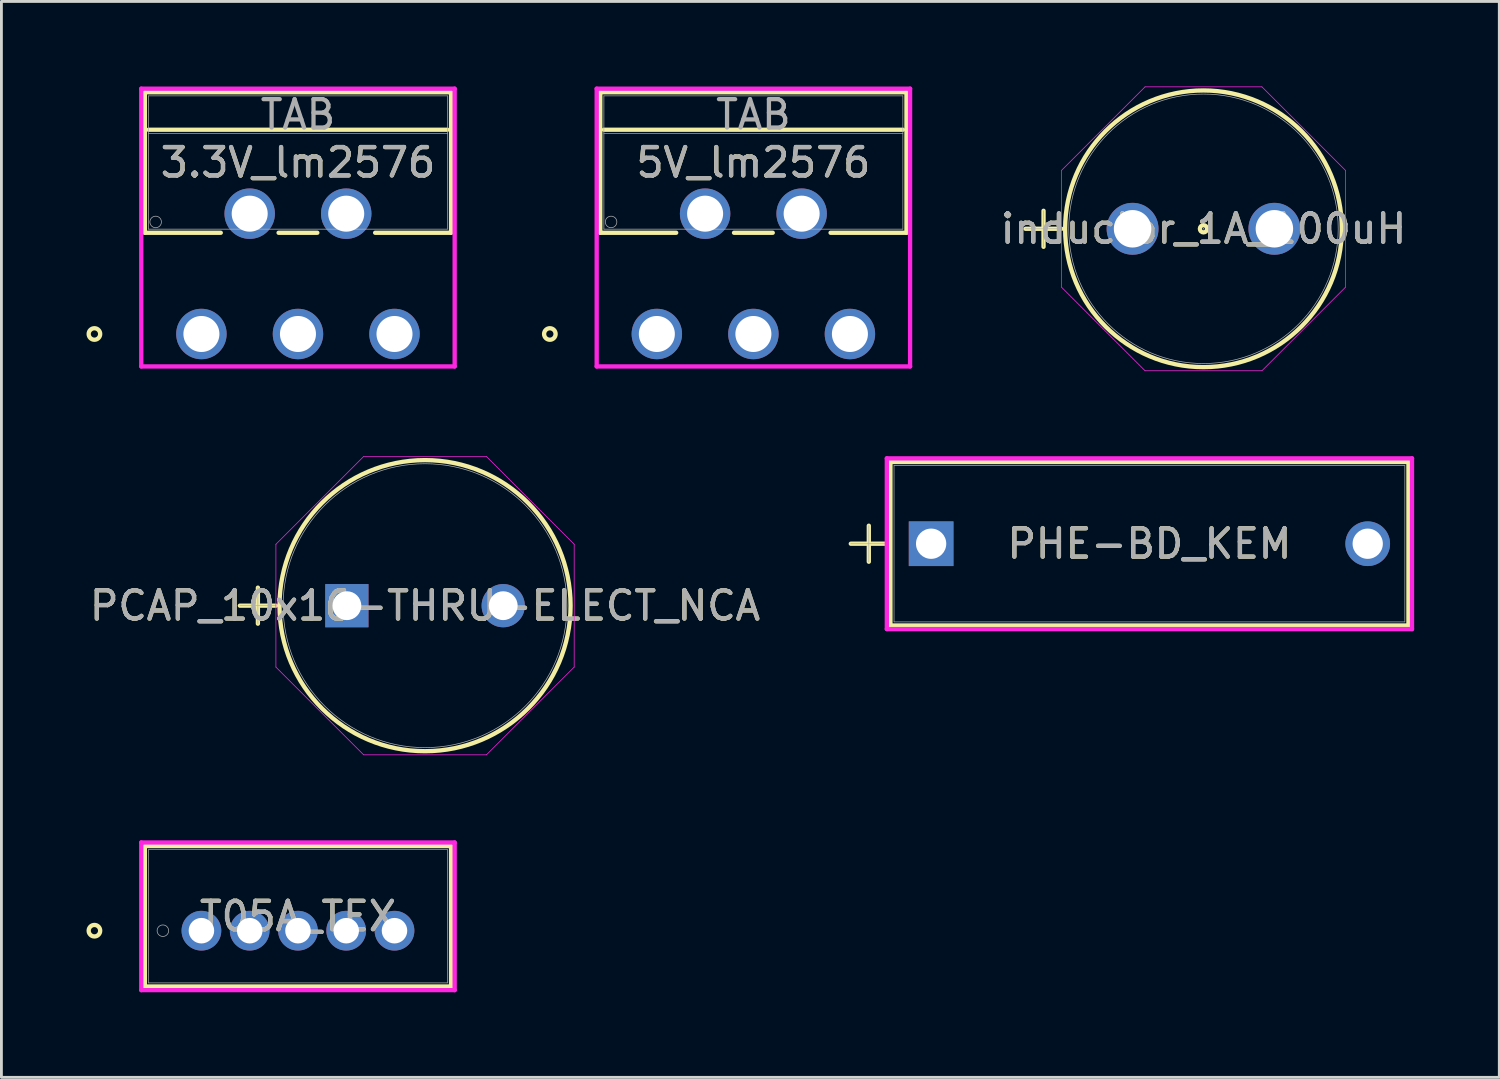
<source format=kicad_pcb>
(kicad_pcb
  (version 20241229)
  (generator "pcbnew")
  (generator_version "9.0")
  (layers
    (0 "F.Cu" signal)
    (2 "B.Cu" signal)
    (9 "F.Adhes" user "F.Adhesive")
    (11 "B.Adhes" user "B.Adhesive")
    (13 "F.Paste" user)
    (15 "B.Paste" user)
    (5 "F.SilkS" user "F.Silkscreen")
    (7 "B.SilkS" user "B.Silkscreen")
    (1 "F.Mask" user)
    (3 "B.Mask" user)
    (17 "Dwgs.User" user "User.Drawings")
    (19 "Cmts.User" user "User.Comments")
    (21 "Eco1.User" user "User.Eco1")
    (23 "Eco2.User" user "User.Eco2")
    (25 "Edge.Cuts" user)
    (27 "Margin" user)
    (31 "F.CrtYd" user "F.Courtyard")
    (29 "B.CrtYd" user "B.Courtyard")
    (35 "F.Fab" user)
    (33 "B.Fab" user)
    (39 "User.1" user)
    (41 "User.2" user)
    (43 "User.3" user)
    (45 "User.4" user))
  (footprint "T05A_TEX"
    (layer "F.Cu")
    (at 4.051 29.762)
    (property "Reference" "T05A_TEX" (at 3.404 -0.508 0) (unlocked yes) (layer "F.SilkS") (effects (font (size 1 1) (thickness 0.15))))
    (attr through_hole)
    (fp_line (start -1.994 -2.985) (end -1.994 1.968) (stroke (width 0.152) (type solid)) (layer "F.SilkS"))
    (fp_line (start -1.994 1.968) (end 8.801 1.968) (stroke (width 0.152) (type solid)) (layer "F.SilkS"))
    (fp_line (start 8.801 -2.985) (end -1.994 -2.985) (stroke (width 0.152) (type solid)) (layer "F.SilkS"))
    (fp_line (start 8.801 1.968) (end 8.801 -2.985) (stroke (width 0.152) (type solid)) (layer "F.SilkS"))
    (fp_circle (center -3.772 0) (end -3.569 0) (stroke (width 0.152) (type solid)) (fill no) (layer "F.SilkS"))
    (fp_line (start -2.121 -3.111) (end 8.928 -3.111) (stroke (width 0.152) (type solid)) (layer "F.CrtYd"))
    (fp_line (start -2.121 2.095) (end -2.121 -3.111) (stroke (width 0.152) (type solid)) (layer "F.CrtYd"))
    (fp_line (start 8.928 -3.111) (end 8.928 2.095) (stroke (width 0.152) (type solid)) (layer "F.CrtYd"))
    (fp_line (start 8.928 2.095) (end -2.121 2.095) (stroke (width 0.152) (type solid)) (layer "F.CrtYd"))
    (fp_line (start -1.867 -2.857) (end -1.867 1.841) (stroke (width 0.025) (type solid)) (layer "F.Fab"))
    (fp_line (start -1.867 1.841) (end 8.674 1.841) (stroke (width 0.025) (type solid)) (layer "F.Fab"))
    (fp_line (start -0.254 0) (end 0.254 0) (stroke (width 0.152) (type solid)) (layer "F.Fab"))
    (fp_line (start 0 0.254) (end 0 -0.254) (stroke (width 0.152) (type solid)) (layer "F.Fab"))
    (fp_line (start 8.674 -2.857) (end -1.867 -2.857) (stroke (width 0.025) (type solid)) (layer "F.Fab"))
    (fp_line (start 8.674 1.841) (end 8.674 -2.857) (stroke (width 0.025) (type solid)) (layer "F.Fab"))
    (fp_circle (center -1.359 0) (end -1.156 0) (stroke (width 0.025) (type solid)) (fill no) (layer "F.Fab"))
    (fp_text user "${REFERENCE}" (at 3.404 -0.508 0) (unlocked yes) (layer "F.Fab") (effects (font (size 1 1) (thickness 0.15))))
    (pad "1" thru_hole circle (at 0 0) (size 1.4 1.4) (drill 0.9) (layers "*.Cu" "*.Mask"))
    (pad "2" thru_hole circle (at 1.702 0) (size 1.4 1.4) (drill 0.9) (layers "*.Cu" "*.Mask"))
    (pad "3" thru_hole circle (at 3.404 0) (size 1.4 1.4) (drill 0.9) (layers "*.Cu" "*.Mask"))
    (pad "4" thru_hole circle (at 5.105 0) (size 1.4 1.4) (drill 0.9) (layers "*.Cu" "*.Mask"))
    (pad "5" thru_hole circle (at 6.807 0) (size 1.4 1.4) (drill 0.9) (layers "*.Cu" "*.Mask")))
  (footprint "3.3V_lm2576"
    (layer "F.Cu")
    (at 4.051 8.725)
    (property "Reference" "3.3V_lm2576" (at 3.404 -6.045 0) (unlocked yes) (layer "F.SilkS") (effects (font (size 1 1) (thickness 0.15))))
    (attr through_hole)
    (fp_line (start -1.994 -8.522) (end -1.994 -3.569) (stroke (width 0.152) (type solid)) (layer "F.SilkS"))
    (fp_line (start -1.994 -3.569) (end 0.682 -3.569) (stroke (width 0.152) (type solid)) (layer "F.SilkS"))
    (fp_line (start -1.867 -7.201) (end 8.674 -7.201) (stroke (width 0.152) (type solid)) (layer "F.SilkS"))
    (fp_line (start 2.721 -3.569) (end 4.086 -3.569) (stroke (width 0.152) (type solid)) (layer "F.SilkS"))
    (fp_line (start 6.125 -3.569) (end 8.801 -3.569) (stroke (width 0.152) (type solid)) (layer "F.SilkS"))
    (fp_line (start 8.801 -8.522) (end -1.994 -8.522) (stroke (width 0.152) (type solid)) (layer "F.SilkS"))
    (fp_line (start 8.801 -3.569) (end 8.801 -8.522) (stroke (width 0.152) (type solid)) (layer "F.SilkS"))
    (fp_circle (center -3.772 0) (end -3.569 0) (stroke (width 0.152) (type solid)) (fill no) (layer "F.SilkS"))
    (fp_line (start -2.121 -8.649) (end -2.121 1.143) (stroke (width 0.152) (type solid)) (layer "F.CrtYd"))
    (fp_line (start -2.121 1.143) (end 8.928 1.143) (stroke (width 0.152) (type solid)) (layer "F.CrtYd"))
    (fp_line (start 8.928 -8.649) (end -2.121 -8.649) (stroke (width 0.152) (type solid)) (layer "F.CrtYd"))
    (fp_line (start 8.928 1.143) (end 8.928 -8.649) (stroke (width 0.152) (type solid)) (layer "F.CrtYd"))
    (fp_line (start -1.867 -8.395) (end -1.867 -3.696) (stroke (width 0.025) (type solid)) (layer "F.Fab"))
    (fp_line (start -1.867 -7.074) (end 8.674 -7.074) (stroke (width 0.025) (type solid)) (layer "F.Fab"))
    (fp_line (start -1.867 -3.696) (end 8.674 -3.696) (stroke (width 0.025) (type solid)) (layer "F.Fab"))
    (fp_line (start 8.674 -8.395) (end -1.867 -8.395) (stroke (width 0.025) (type solid)) (layer "F.Fab"))
    (fp_line (start 8.674 -3.696) (end 8.674 -8.395) (stroke (width 0.025) (type solid)) (layer "F.Fab"))
    (fp_circle (center -1.613 -3.95) (end -1.41 -3.95) (stroke (width 0.025) (type solid)) (fill no) (layer "F.Fab"))
    (fp_text user "TAB" (at 3.404 -7.734 0) (unlocked yes) (layer "F.Fab") (effects (font (size 1 1) (thickness 0.15))))
    (fp_text user "${REFERENCE}" (at 3.404 -6.045 0) (unlocked yes) (layer "F.Fab") (effects (font (size 1 1) (thickness 0.15))))
    (pad "1" thru_hole circle (at 0 0) (size 1.778 1.778) (drill 1.27) (layers "*.Cu" "*.Mask"))
    (pad "2" thru_hole circle (at 1.702 -4.242) (size 1.778 1.778) (drill 1.27) (layers "*.Cu" "*.Mask"))
    (pad "3" thru_hole circle (at 3.404 0) (size 1.778 1.778) (drill 1.27) (layers "*.Cu" "*.Mask"))
    (pad "4" thru_hole circle (at 5.105 -4.242) (size 1.778 1.778) (drill 1.27) (layers "*.Cu" "*.Mask"))
    (pad "5" thru_hole circle (at 6.807 0) (size 1.778 1.778) (drill 1.27) (layers "*.Cu" "*.Mask")))
  (footprint "inductor_1A_100uH"
    (layer "F.Cu")
    (at 36.879 5.016)
    (property "Reference" "inductor_1A_100uH" (at 2.5 0 0) (unlocked yes) (layer "F.SilkS") (effects (font (size 1 1) (thickness 0.15))))
    (attr through_hole)
    (fp_line (start -3.774 0) (end -2.504 0) (stroke (width 0.152) (type solid)) (layer "F.SilkS"))
    (fp_line (start -3.139 -0.635) (end -3.139 0.635) (stroke (width 0.152) (type solid)) (layer "F.SilkS"))
    (fp_circle (center 2.5 0) (end 2.627 0) (stroke (width 0.152) (type solid)) (fill no) (layer "F.SilkS"))
    (fp_circle (center 2.5 0) (end 7.377 0) (stroke (width 0.152) (type solid)) (fill no) (layer "F.SilkS"))
    (fp_line (start -2.504 -2.06) (end 0.44 -5.004) (stroke (width 0.025) (type solid)) (layer "F.CrtYd"))
    (fp_line (start -2.504 2.06) (end -2.504 -2.06) (stroke (width 0.025) (type solid)) (layer "F.CrtYd"))
    (fp_line (start 0.44 -5.004) (end 4.56 -5.004) (stroke (width 0.025) (type solid)) (layer "F.CrtYd"))
    (fp_line (start 0.44 5.004) (end -2.504 2.06) (stroke (width 0.025) (type solid)) (layer "F.CrtYd"))
    (fp_line (start 4.56 -5.004) (end 7.504 -2.06) (stroke (width 0.025) (type solid)) (layer "F.CrtYd"))
    (fp_line (start 4.56 5.004) (end 0.44 5.004) (stroke (width 0.025) (type solid)) (layer "F.CrtYd"))
    (fp_line (start 7.504 -2.06) (end 7.504 2.06) (stroke (width 0.025) (type solid)) (layer "F.CrtYd"))
    (fp_line (start 7.504 2.06) (end 4.56 5.004) (stroke (width 0.025) (type solid)) (layer "F.CrtYd"))
    (fp_line (start -3.774 0) (end -2.504 0) (stroke (width 0.025) (type solid)) (layer "F.Fab"))
    (fp_line (start -3.139 -0.635) (end -3.139 0.635) (stroke (width 0.025) (type solid)) (layer "F.Fab"))
    (fp_circle (center 2.5 0) (end 2.5 0) (stroke (width 0.025) (type solid)) (fill no) (layer "F.Fab"))
    (fp_circle (center 2.5 0) (end 7.25 0) (stroke (width 0.025) (type solid)) (fill no) (layer "F.Fab"))
    (fp_text user "${REFERENCE}" (at 2.5 0 0) (unlocked yes) (layer "F.Fab") (effects (font (size 1 1) (thickness 0.15))))
    (pad "1" thru_hole circle (at 0 0) (size 1.829 1.829) (drill 1.321) (layers "*.Cu" "*.Mask"))
    (pad "2" thru_hole circle (at 5 0) (size 1.829 1.829) (drill 1.321) (layers "*.Cu" "*.Mask")))
  (footprint "5V_lm2576"
    (layer "F.Cu")
    (at 20.107 8.725)
    (property "Reference" "5V_lm2576" (at 3.404 -6.045 0) (unlocked yes) (layer "F.SilkS") (effects (font (size 1 1) (thickness 0.15))))
    (attr through_hole)
    (fp_line (start -1.994 -8.522) (end -1.994 -3.569) (stroke (width 0.152) (type solid)) (layer "F.SilkS"))
    (fp_line (start -1.994 -3.569) (end 0.682 -3.569) (stroke (width 0.152) (type solid)) (layer "F.SilkS"))
    (fp_line (start -1.867 -7.201) (end 8.674 -7.201) (stroke (width 0.152) (type solid)) (layer "F.SilkS"))
    (fp_line (start 2.721 -3.569) (end 4.086 -3.569) (stroke (width 0.152) (type solid)) (layer "F.SilkS"))
    (fp_line (start 6.125 -3.569) (end 8.801 -3.569) (stroke (width 0.152) (type solid)) (layer "F.SilkS"))
    (fp_line (start 8.801 -8.522) (end -1.994 -8.522) (stroke (width 0.152) (type solid)) (layer "F.SilkS"))
    (fp_line (start 8.801 -3.569) (end 8.801 -8.522) (stroke (width 0.152) (type solid)) (layer "F.SilkS"))
    (fp_circle (center -3.772 0) (end -3.569 0) (stroke (width 0.152) (type solid)) (fill no) (layer "F.SilkS"))
    (fp_line (start -2.121 -8.649) (end -2.121 1.143) (stroke (width 0.152) (type solid)) (layer "F.CrtYd"))
    (fp_line (start -2.121 1.143) (end 8.928 1.143) (stroke (width 0.152) (type solid)) (layer "F.CrtYd"))
    (fp_line (start 8.928 -8.649) (end -2.121 -8.649) (stroke (width 0.152) (type solid)) (layer "F.CrtYd"))
    (fp_line (start 8.928 1.143) (end 8.928 -8.649) (stroke (width 0.152) (type solid)) (layer "F.CrtYd"))
    (fp_line (start -1.867 -8.395) (end -1.867 -3.696) (stroke (width 0.025) (type solid)) (layer "F.Fab"))
    (fp_line (start -1.867 -7.074) (end 8.674 -7.074) (stroke (width 0.025) (type solid)) (layer "F.Fab"))
    (fp_line (start -1.867 -3.696) (end 8.674 -3.696) (stroke (width 0.025) (type solid)) (layer "F.Fab"))
    (fp_line (start 8.674 -8.395) (end -1.867 -8.395) (stroke (width 0.025) (type solid)) (layer "F.Fab"))
    (fp_line (start 8.674 -3.696) (end 8.674 -8.395) (stroke (width 0.025) (type solid)) (layer "F.Fab"))
    (fp_circle (center -1.613 -3.95) (end -1.41 -3.95) (stroke (width 0.025) (type solid)) (fill no) (layer "F.Fab"))
    (fp_text user "${REFERENCE}" (at 3.404 -6.045 0) (unlocked yes) (layer "F.Fab") (effects (font (size 1 1) (thickness 0.15))))
    (fp_text user "TAB" (at 3.404 -7.734 0) (unlocked yes) (layer "F.Fab") (effects (font (size 1 1) (thickness 0.15))))
    (pad "1" thru_hole circle (at 0 0) (size 1.778 1.778) (drill 1.27) (layers "*.Cu" "*.Mask"))
    (pad "2" thru_hole circle (at 1.702 -4.242) (size 1.778 1.778) (drill 1.27) (layers "*.Cu" "*.Mask"))
    (pad "3" thru_hole circle (at 3.404 0) (size 1.778 1.778) (drill 1.27) (layers "*.Cu" "*.Mask"))
    (pad "4" thru_hole circle (at 5.105 -4.242) (size 1.778 1.778) (drill 1.27) (layers "*.Cu" "*.Mask"))
    (pad "5" thru_hole circle (at 6.807 0) (size 1.778 1.778) (drill 1.27) (layers "*.Cu" "*.Mask")))
  (footprint "PCAP_10x16-THRU-ELECT_NCA"
    (layer "F.Cu")
    (at 9.179 18.303)
    (property "Reference" "PCAP_10x16-THRU-ELECT_NCA" (at 2.756 0 0) (unlocked yes) (layer "F.SilkS") (effects (font (size 1 1) (thickness 0.15))))
    (attr through_hole)
    (fp_line (start -3.772 0) (end -2.502 0) (stroke (width 0.152) (type solid)) (layer "F.SilkS"))
    (fp_line (start -3.137 -0.635) (end -3.137 0.635) (stroke (width 0.152) (type solid)) (layer "F.SilkS"))
    (fp_circle (center 2.756 0) (end 7.887 0) (stroke (width 0.152) (type solid)) (fill no) (layer "F.SilkS"))
    (fp_line (start -2.502 -2.165) (end 0.591 -5.258) (stroke (width 0.025) (type solid)) (layer "F.CrtYd"))
    (fp_line (start -2.502 2.165) (end -2.502 -2.165) (stroke (width 0.025) (type solid)) (layer "F.CrtYd"))
    (fp_line (start 0.591 -5.258) (end 4.921 -5.258) (stroke (width 0.025) (type solid)) (layer "F.CrtYd"))
    (fp_line (start 0.591 5.258) (end -2.502 2.165) (stroke (width 0.025) (type solid)) (layer "F.CrtYd"))
    (fp_line (start 4.921 -5.258) (end 8.014 -2.165) (stroke (width 0.025) (type solid)) (layer "F.CrtYd"))
    (fp_line (start 4.921 5.258) (end 0.591 5.258) (stroke (width 0.025) (type solid)) (layer "F.CrtYd"))
    (fp_line (start 8.014 -2.165) (end 8.014 2.165) (stroke (width 0.025) (type solid)) (layer "F.CrtYd"))
    (fp_line (start 8.014 2.165) (end 4.921 5.258) (stroke (width 0.025) (type solid)) (layer "F.CrtYd"))
    (fp_line (start -3.772 0) (end -2.502 0) (stroke (width 0.025) (type solid)) (layer "F.Fab"))
    (fp_line (start -3.137 -0.635) (end -3.137 0.635) (stroke (width 0.025) (type solid)) (layer "F.Fab"))
    (fp_circle (center 2.756 0) (end 7.76 0) (stroke (width 0.025) (type solid)) (fill no) (layer "F.Fab"))
    (fp_text user "${REFERENCE}" (at 2.756 0 0) (unlocked yes) (layer "F.Fab") (effects (font (size 1 1) (thickness 0.15))))
    (pad "1" thru_hole rect (at 0 0) (size 1.524 1.524) (drill 1.016) (layers "*.Cu" "*.Mask"))
    (pad "2" thru_hole circle (at 5.512 0) (size 1.524 1.524) (drill 1.016) (layers "*.Cu" "*.Mask")))
  (footprint "PHE-BD_KEM"
    (layer "F.Cu")
    (at 29.777 16.119)
    (property "Reference" "PHE-BD_KEM" (at 7.696 0 0) (unlocked yes) (layer "F.SilkS") (effects (font (size 1 1) (thickness 0.15))))
    (attr through_hole)
    (fp_line (start -2.832 0) (end -1.562 0) (stroke (width 0.152) (type solid)) (layer "F.SilkS"))
    (fp_line (start -2.197 -0.635) (end -2.197 0.635) (stroke (width 0.152) (type solid)) (layer "F.SilkS"))
    (fp_line (start -1.435 -2.883) (end -1.435 2.883) (stroke (width 0.152) (type solid)) (layer "F.SilkS"))
    (fp_line (start 16.828 -2.883) (end -1.435 -2.883) (stroke (width 0.152) (type solid)) (layer "F.SilkS"))
    (fp_line (start 16.828 -2.883) (end 16.828 2.883) (stroke (width 0.152) (type solid)) (layer "F.SilkS"))
    (fp_line (start 16.828 2.883) (end -1.435 2.883) (stroke (width 0.152) (type solid)) (layer "F.SilkS"))
    (fp_line (start -1.562 -3.01) (end 16.954 -3.01) (stroke (width 0.152) (type solid)) (layer "F.CrtYd"))
    (fp_line (start -1.562 3.01) (end -1.562 -3.01) (stroke (width 0.152) (type solid)) (layer "F.CrtYd"))
    (fp_line (start 16.954 -3.01) (end 16.954 3.01) (stroke (width 0.152) (type solid)) (layer "F.CrtYd"))
    (fp_line (start 16.954 3.01) (end -1.562 3.01) (stroke (width 0.152) (type solid)) (layer "F.CrtYd"))
    (fp_line (start -2.832 0) (end -1.562 0) (stroke (width 0.025) (type solid)) (layer "F.Fab"))
    (fp_line (start -2.197 -0.635) (end -2.197 0.635) (stroke (width 0.025) (type solid)) (layer "F.Fab"))
    (fp_line (start -1.308 -2.756) (end -1.308 2.756) (stroke (width 0.025) (type solid)) (layer "F.Fab"))
    (fp_line (start 16.701 -2.756) (end -1.308 -2.756) (stroke (width 0.025) (type solid)) (layer "F.Fab"))
    (fp_line (start 16.701 -2.756) (end 16.701 2.756) (stroke (width 0.025) (type solid)) (layer "F.Fab"))
    (fp_line (start 16.701 2.756) (end -1.308 2.756) (stroke (width 0.025) (type solid)) (layer "F.Fab"))
    (fp_text user "${REFERENCE}" (at 7.696 0 0) (unlocked yes) (layer "F.Fab") (effects (font (size 1 1) (thickness 0.15))))
    (pad "1" thru_hole rect (at 0 0) (size 1.575 1.575) (drill 1.067) (layers "*.Cu" "*.Mask"))
    (pad "2" thru_hole circle (at 15.392 0) (size 1.575 1.575) (drill 1.067) (layers "*.Cu" "*.Mask")))
  (gr_rect
    (start -3 -3)
    (end 49.808 34.933)
    (stroke (width 0.1) (type default))
    (fill no)
    (layer "Edge.Cuts")))
</source>
